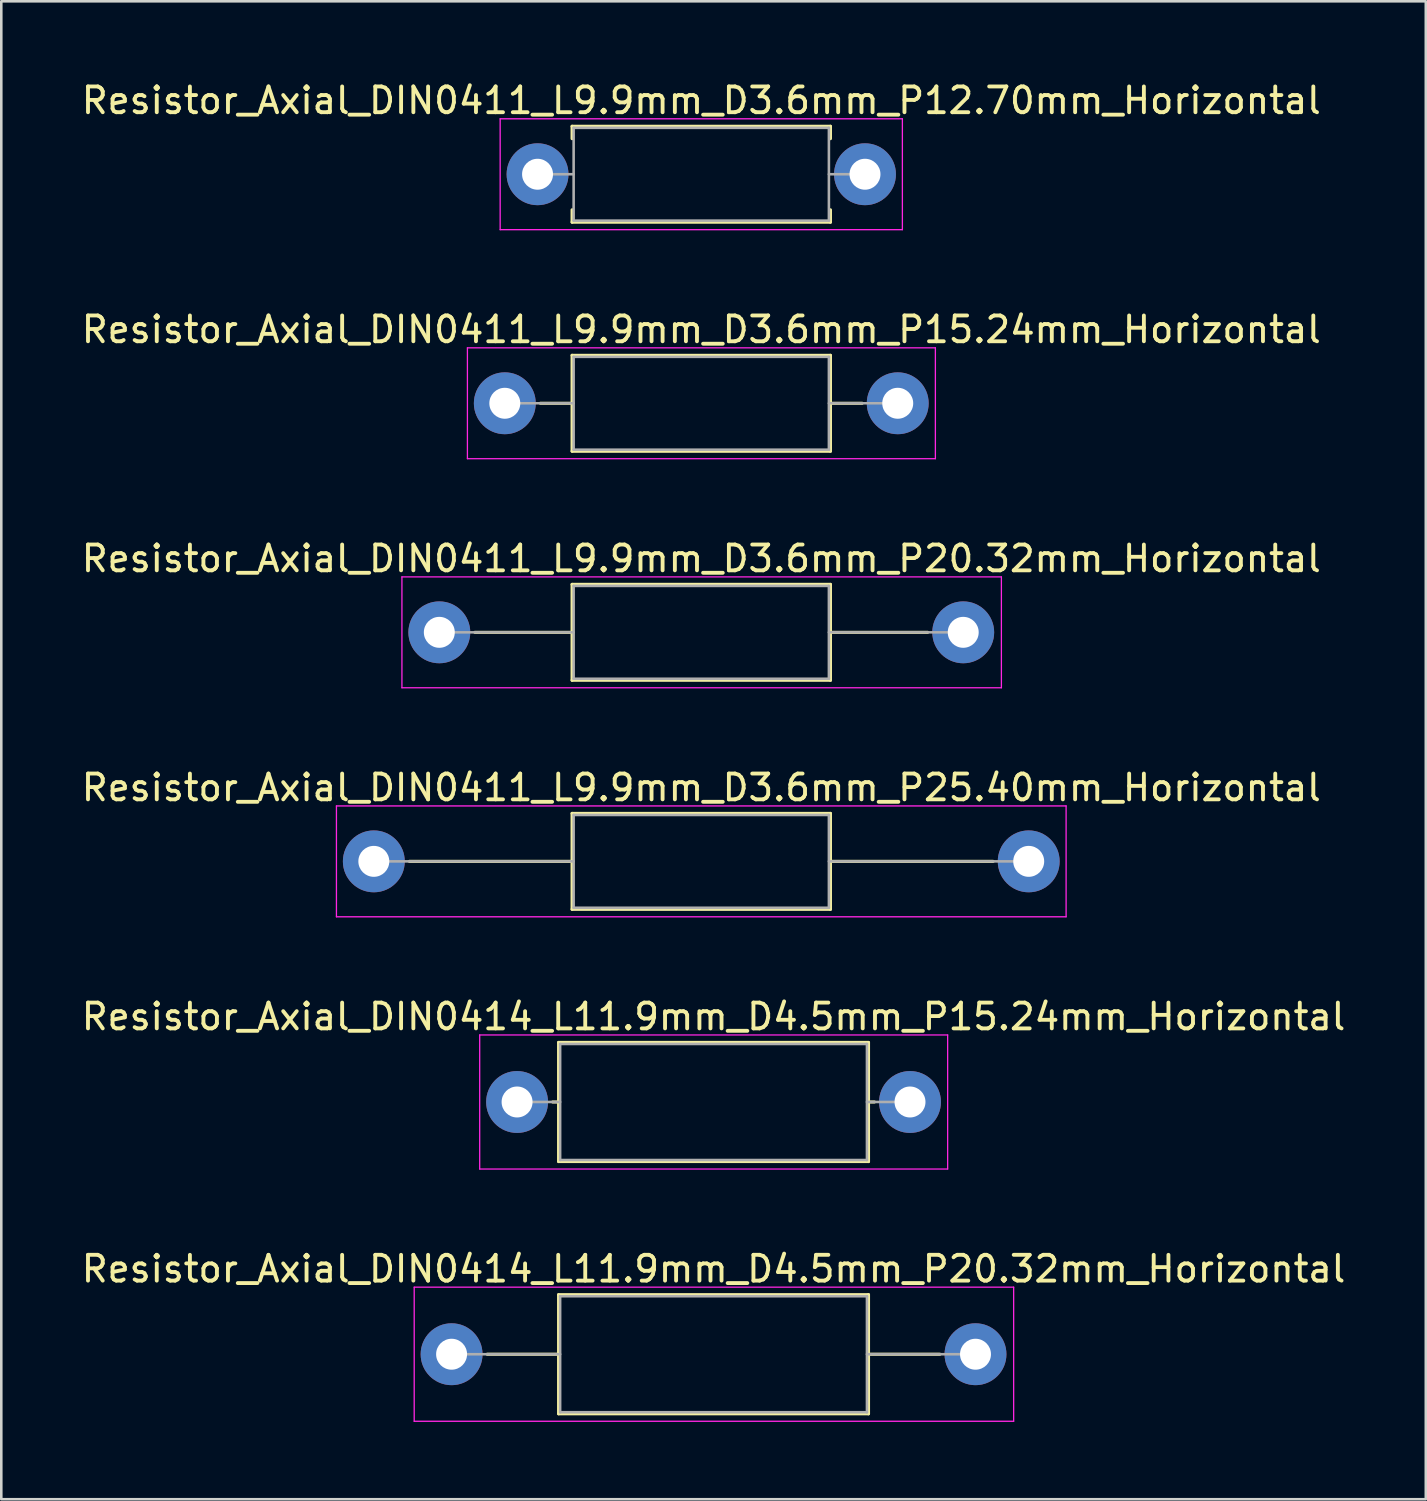
<source format=kicad_pcb>
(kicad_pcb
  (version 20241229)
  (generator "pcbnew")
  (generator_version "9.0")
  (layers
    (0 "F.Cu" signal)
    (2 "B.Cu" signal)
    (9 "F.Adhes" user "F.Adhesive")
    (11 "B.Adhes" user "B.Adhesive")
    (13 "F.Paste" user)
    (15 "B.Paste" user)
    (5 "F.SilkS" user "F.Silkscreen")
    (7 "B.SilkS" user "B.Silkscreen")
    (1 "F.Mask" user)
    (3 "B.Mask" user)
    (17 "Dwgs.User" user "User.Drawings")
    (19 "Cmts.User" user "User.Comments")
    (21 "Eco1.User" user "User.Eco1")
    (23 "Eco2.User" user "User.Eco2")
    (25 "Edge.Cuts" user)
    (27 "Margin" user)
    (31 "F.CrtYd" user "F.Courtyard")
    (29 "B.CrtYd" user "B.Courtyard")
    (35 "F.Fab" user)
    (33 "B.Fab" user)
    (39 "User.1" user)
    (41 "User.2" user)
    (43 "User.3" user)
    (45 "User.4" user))
  (footprint "Resistor_Axial_DIN0411_L9.9mm_D3.6mm_P15.24mm_Horizontal"
    (layer "F.Cu")
    (at 16.529 12.591)
    (property "Reference" "Resistor_Axial_DIN0411_L9.9mm_D3.6mm_P15.24mm_Horizontal" (at 7.62 -2.86 0) (layer "F.SilkS") (effects (font (size 1 1) (thickness 0.15))))
    (attr through_hole)
    (fp_line (start 1.38 0) (end 2.61 0) (stroke (width 0.12) (type solid)) (layer "F.SilkS"))
    (fp_line (start 2.61 -1.86) (end 2.61 1.86) (stroke (width 0.12) (type solid)) (layer "F.SilkS"))
    (fp_line (start 2.61 1.86) (end 12.63 1.86) (stroke (width 0.12) (type solid)) (layer "F.SilkS"))
    (fp_line (start 12.63 -1.86) (end 2.61 -1.86) (stroke (width 0.12) (type solid)) (layer "F.SilkS"))
    (fp_line (start 12.63 1.86) (end 12.63 -1.86) (stroke (width 0.12) (type solid)) (layer "F.SilkS"))
    (fp_line (start 13.86 0) (end 12.63 0) (stroke (width 0.12) (type solid)) (layer "F.SilkS"))
    (fp_line (start -1.45 -2.15) (end -1.45 2.15) (stroke (width 0.05) (type solid)) (layer "F.CrtYd"))
    (fp_line (start -1.45 2.15) (end 16.7 2.15) (stroke (width 0.05) (type solid)) (layer "F.CrtYd"))
    (fp_line (start 16.7 -2.15) (end -1.45 -2.15) (stroke (width 0.05) (type solid)) (layer "F.CrtYd"))
    (fp_line (start 16.7 2.15) (end 16.7 -2.15) (stroke (width 0.05) (type solid)) (layer "F.CrtYd"))
    (fp_line (start 0 0) (end 2.67 0) (stroke (width 0.1) (type solid)) (layer "F.Fab"))
    (fp_line (start 2.67 -1.8) (end 2.67 1.8) (stroke (width 0.1) (type solid)) (layer "F.Fab"))
    (fp_line (start 2.67 1.8) (end 12.57 1.8) (stroke (width 0.1) (type solid)) (layer "F.Fab"))
    (fp_line (start 12.57 -1.8) (end 2.67 -1.8) (stroke (width 0.1) (type solid)) (layer "F.Fab"))
    (fp_line (start 12.57 1.8) (end 12.57 -1.8) (stroke (width 0.1) (type solid)) (layer "F.Fab"))
    (fp_line (start 15.24 0) (end 12.57 0) (stroke (width 0.1) (type solid)) (layer "F.Fab"))
    (pad "1" thru_hole circle (at 0 0) (size 2.4 2.4) (drill 1.2) (layers "*.Cu" "*.Mask"))
    (pad "2" thru_hole oval (at 15.24 0) (size 2.4 2.4) (drill 1.2) (layers "*.Cu" "*.Mask")))
  (footprint "Resistor_Axial_DIN0411_L9.9mm_D3.6mm_P12.70mm_Horizontal"
    (layer "F.Cu")
    (at 17.799 3.708)
    (property "Reference" "Resistor_Axial_DIN0411_L9.9mm_D3.6mm_P12.70mm_Horizontal" (at 6.35 -2.86 0) (layer "F.SilkS") (effects (font (size 1 1) (thickness 0.15))))
    (attr through_hole)
    (fp_line (start 1.34 -1.86) (end 11.36 -1.86) (stroke (width 0.12) (type solid)) (layer "F.SilkS"))
    (fp_line (start 1.34 -1.38) (end 1.34 -1.86) (stroke (width 0.12) (type solid)) (layer "F.SilkS"))
    (fp_line (start 1.34 1.38) (end 1.34 1.86) (stroke (width 0.12) (type solid)) (layer "F.SilkS"))
    (fp_line (start 1.34 1.86) (end 11.36 1.86) (stroke (width 0.12) (type solid)) (layer "F.SilkS"))
    (fp_line (start 11.36 -1.86) (end 11.36 -1.38) (stroke (width 0.12) (type solid)) (layer "F.SilkS"))
    (fp_line (start 11.36 1.86) (end 11.36 1.38) (stroke (width 0.12) (type solid)) (layer "F.SilkS"))
    (fp_line (start -1.45 -2.15) (end -1.45 2.15) (stroke (width 0.05) (type solid)) (layer "F.CrtYd"))
    (fp_line (start -1.45 2.15) (end 14.15 2.15) (stroke (width 0.05) (type solid)) (layer "F.CrtYd"))
    (fp_line (start 14.15 -2.15) (end -1.45 -2.15) (stroke (width 0.05) (type solid)) (layer "F.CrtYd"))
    (fp_line (start 14.15 2.15) (end 14.15 -2.15) (stroke (width 0.05) (type solid)) (layer "F.CrtYd"))
    (fp_line (start 0 0) (end 1.4 0) (stroke (width 0.1) (type solid)) (layer "F.Fab"))
    (fp_line (start 1.4 -1.8) (end 1.4 1.8) (stroke (width 0.1) (type solid)) (layer "F.Fab"))
    (fp_line (start 1.4 1.8) (end 11.3 1.8) (stroke (width 0.1) (type solid)) (layer "F.Fab"))
    (fp_line (start 11.3 -1.8) (end 1.4 -1.8) (stroke (width 0.1) (type solid)) (layer "F.Fab"))
    (fp_line (start 11.3 1.8) (end 11.3 -1.8) (stroke (width 0.1) (type solid)) (layer "F.Fab"))
    (fp_line (start 12.7 0) (end 11.3 0) (stroke (width 0.1) (type solid)) (layer "F.Fab"))
    (pad "1" thru_hole circle (at 0 0) (size 2.4 2.4) (drill 1.2) (layers "*.Cu" "*.Mask"))
    (pad "2" thru_hole oval (at 12.7 0) (size 2.4 2.4) (drill 1.2) (layers "*.Cu" "*.Mask")))
  (footprint "Resistor_Axial_DIN0414_L11.9mm_D4.5mm_P15.24mm_Horizontal"
    (layer "F.Cu")
    (at 17.005 39.691)
    (property "Reference" "Resistor_Axial_DIN0414_L11.9mm_D4.5mm_P15.24mm_Horizontal" (at 7.62 -3.31 0) (layer "F.SilkS") (effects (font (size 1 1) (thickness 0.15))))
    (attr through_hole)
    (fp_line (start 1.38 0) (end 1.61 0) (stroke (width 0.12) (type solid)) (layer "F.SilkS"))
    (fp_line (start 1.61 -2.31) (end 1.61 2.31) (stroke (width 0.12) (type solid)) (layer "F.SilkS"))
    (fp_line (start 1.61 2.31) (end 13.63 2.31) (stroke (width 0.12) (type solid)) (layer "F.SilkS"))
    (fp_line (start 13.63 -2.31) (end 1.61 -2.31) (stroke (width 0.12) (type solid)) (layer "F.SilkS"))
    (fp_line (start 13.63 2.31) (end 13.63 -2.31) (stroke (width 0.12) (type solid)) (layer "F.SilkS"))
    (fp_line (start 13.86 0) (end 13.63 0) (stroke (width 0.12) (type solid)) (layer "F.SilkS"))
    (fp_line (start -1.45 -2.6) (end -1.45 2.6) (stroke (width 0.05) (type solid)) (layer "F.CrtYd"))
    (fp_line (start -1.45 2.6) (end 16.7 2.6) (stroke (width 0.05) (type solid)) (layer "F.CrtYd"))
    (fp_line (start 16.7 -2.6) (end -1.45 -2.6) (stroke (width 0.05) (type solid)) (layer "F.CrtYd"))
    (fp_line (start 16.7 2.6) (end 16.7 -2.6) (stroke (width 0.05) (type solid)) (layer "F.CrtYd"))
    (fp_line (start 0 0) (end 1.67 0) (stroke (width 0.1) (type solid)) (layer "F.Fab"))
    (fp_line (start 1.67 -2.25) (end 1.67 2.25) (stroke (width 0.1) (type solid)) (layer "F.Fab"))
    (fp_line (start 1.67 2.25) (end 13.57 2.25) (stroke (width 0.1) (type solid)) (layer "F.Fab"))
    (fp_line (start 13.57 -2.25) (end 1.67 -2.25) (stroke (width 0.1) (type solid)) (layer "F.Fab"))
    (fp_line (start 13.57 2.25) (end 13.57 -2.25) (stroke (width 0.1) (type solid)) (layer "F.Fab"))
    (fp_line (start 15.24 0) (end 13.57 0) (stroke (width 0.1) (type solid)) (layer "F.Fab"))
    (pad "1" thru_hole circle (at 0 0) (size 2.4 2.4) (drill 1.2) (layers "*.Cu" "*.Mask"))
    (pad "2" thru_hole oval (at 15.24 0) (size 2.4 2.4) (drill 1.2) (layers "*.Cu" "*.Mask")))
  (footprint "Resistor_Axial_DIN0411_L9.9mm_D3.6mm_P20.32mm_Horizontal"
    (layer "F.Cu")
    (at 13.989 21.475)
    (property "Reference" "Resistor_Axial_DIN0411_L9.9mm_D3.6mm_P20.32mm_Horizontal" (at 10.16 -2.86 0) (layer "F.SilkS") (effects (font (size 1 1) (thickness 0.15))))
    (attr through_hole)
    (fp_line (start 1.38 0) (end 5.15 0) (stroke (width 0.12) (type solid)) (layer "F.SilkS"))
    (fp_line (start 5.15 -1.86) (end 5.15 1.86) (stroke (width 0.12) (type solid)) (layer "F.SilkS"))
    (fp_line (start 5.15 1.86) (end 15.17 1.86) (stroke (width 0.12) (type solid)) (layer "F.SilkS"))
    (fp_line (start 15.17 -1.86) (end 5.15 -1.86) (stroke (width 0.12) (type solid)) (layer "F.SilkS"))
    (fp_line (start 15.17 1.86) (end 15.17 -1.86) (stroke (width 0.12) (type solid)) (layer "F.SilkS"))
    (fp_line (start 18.94 0) (end 15.17 0) (stroke (width 0.12) (type solid)) (layer "F.SilkS"))
    (fp_line (start -1.45 -2.15) (end -1.45 2.15) (stroke (width 0.05) (type solid)) (layer "F.CrtYd"))
    (fp_line (start -1.45 2.15) (end 21.8 2.15) (stroke (width 0.05) (type solid)) (layer "F.CrtYd"))
    (fp_line (start 21.8 -2.15) (end -1.45 -2.15) (stroke (width 0.05) (type solid)) (layer "F.CrtYd"))
    (fp_line (start 21.8 2.15) (end 21.8 -2.15) (stroke (width 0.05) (type solid)) (layer "F.CrtYd"))
    (fp_line (start 0 0) (end 5.21 0) (stroke (width 0.1) (type solid)) (layer "F.Fab"))
    (fp_line (start 5.21 -1.8) (end 5.21 1.8) (stroke (width 0.1) (type solid)) (layer "F.Fab"))
    (fp_line (start 5.21 1.8) (end 15.11 1.8) (stroke (width 0.1) (type solid)) (layer "F.Fab"))
    (fp_line (start 15.11 -1.8) (end 5.21 -1.8) (stroke (width 0.1) (type solid)) (layer "F.Fab"))
    (fp_line (start 15.11 1.8) (end 15.11 -1.8) (stroke (width 0.1) (type solid)) (layer "F.Fab"))
    (fp_line (start 20.32 0) (end 15.11 0) (stroke (width 0.1) (type solid)) (layer "F.Fab"))
    (pad "1" thru_hole circle (at 0 0) (size 2.4 2.4) (drill 1.2) (layers "*.Cu" "*.Mask"))
    (pad "2" thru_hole oval (at 20.32 0) (size 2.4 2.4) (drill 1.2) (layers "*.Cu" "*.Mask")))
  (footprint "Resistor_Axial_DIN0411_L9.9mm_D3.6mm_P25.40mm_Horizontal"
    (layer "F.Cu")
    (at 11.449 30.358)
    (property "Reference" "Resistor_Axial_DIN0411_L9.9mm_D3.6mm_P25.40mm_Horizontal" (at 12.7 -2.86 0) (layer "F.SilkS") (effects (font (size 1 1) (thickness 0.15))))
    (attr through_hole)
    (fp_line (start 1.38 0) (end 7.69 0) (stroke (width 0.12) (type solid)) (layer "F.SilkS"))
    (fp_line (start 7.69 -1.86) (end 7.69 1.86) (stroke (width 0.12) (type solid)) (layer "F.SilkS"))
    (fp_line (start 7.69 1.86) (end 17.71 1.86) (stroke (width 0.12) (type solid)) (layer "F.SilkS"))
    (fp_line (start 17.71 -1.86) (end 7.69 -1.86) (stroke (width 0.12) (type solid)) (layer "F.SilkS"))
    (fp_line (start 17.71 1.86) (end 17.71 -1.86) (stroke (width 0.12) (type solid)) (layer "F.SilkS"))
    (fp_line (start 24.02 0) (end 17.71 0) (stroke (width 0.12) (type solid)) (layer "F.SilkS"))
    (fp_line (start -1.45 -2.15) (end -1.45 2.15) (stroke (width 0.05) (type solid)) (layer "F.CrtYd"))
    (fp_line (start -1.45 2.15) (end 26.85 2.15) (stroke (width 0.05) (type solid)) (layer "F.CrtYd"))
    (fp_line (start 26.85 -2.15) (end -1.45 -2.15) (stroke (width 0.05) (type solid)) (layer "F.CrtYd"))
    (fp_line (start 26.85 2.15) (end 26.85 -2.15) (stroke (width 0.05) (type solid)) (layer "F.CrtYd"))
    (fp_line (start 0 0) (end 7.75 0) (stroke (width 0.1) (type solid)) (layer "F.Fab"))
    (fp_line (start 7.75 -1.8) (end 7.75 1.8) (stroke (width 0.1) (type solid)) (layer "F.Fab"))
    (fp_line (start 7.75 1.8) (end 17.65 1.8) (stroke (width 0.1) (type solid)) (layer "F.Fab"))
    (fp_line (start 17.65 -1.8) (end 7.75 -1.8) (stroke (width 0.1) (type solid)) (layer "F.Fab"))
    (fp_line (start 17.65 1.8) (end 17.65 -1.8) (stroke (width 0.1) (type solid)) (layer "F.Fab"))
    (fp_line (start 25.4 0) (end 17.65 0) (stroke (width 0.1) (type solid)) (layer "F.Fab"))
    (pad "1" thru_hole circle (at 0 0) (size 2.4 2.4) (drill 1.2) (layers "*.Cu" "*.Mask"))
    (pad "2" thru_hole oval (at 25.4 0) (size 2.4 2.4) (drill 1.2) (layers "*.Cu" "*.Mask")))
  (footprint "Resistor_Axial_DIN0414_L11.9mm_D4.5mm_P20.32mm_Horizontal"
    (layer "F.Cu")
    (at 14.465 49.474)
    (property "Reference" "Resistor_Axial_DIN0414_L11.9mm_D4.5mm_P20.32mm_Horizontal" (at 10.16 -3.31 0) (layer "F.SilkS") (effects (font (size 1 1) (thickness 0.15))))
    (attr through_hole)
    (fp_line (start 1.38 0) (end 4.15 0) (stroke (width 0.12) (type solid)) (layer "F.SilkS"))
    (fp_line (start 4.15 -2.31) (end 4.15 2.31) (stroke (width 0.12) (type solid)) (layer "F.SilkS"))
    (fp_line (start 4.15 2.31) (end 16.17 2.31) (stroke (width 0.12) (type solid)) (layer "F.SilkS"))
    (fp_line (start 16.17 -2.31) (end 4.15 -2.31) (stroke (width 0.12) (type solid)) (layer "F.SilkS"))
    (fp_line (start 16.17 2.31) (end 16.17 -2.31) (stroke (width 0.12) (type solid)) (layer "F.SilkS"))
    (fp_line (start 18.94 0) (end 16.17 0) (stroke (width 0.12) (type solid)) (layer "F.SilkS"))
    (fp_line (start -1.45 -2.6) (end -1.45 2.6) (stroke (width 0.05) (type solid)) (layer "F.CrtYd"))
    (fp_line (start -1.45 2.6) (end 21.8 2.6) (stroke (width 0.05) (type solid)) (layer "F.CrtYd"))
    (fp_line (start 21.8 -2.6) (end -1.45 -2.6) (stroke (width 0.05) (type solid)) (layer "F.CrtYd"))
    (fp_line (start 21.8 2.6) (end 21.8 -2.6) (stroke (width 0.05) (type solid)) (layer "F.CrtYd"))
    (fp_line (start 0 0) (end 4.21 0) (stroke (width 0.1) (type solid)) (layer "F.Fab"))
    (fp_line (start 4.21 -2.25) (end 4.21 2.25) (stroke (width 0.1) (type solid)) (layer "F.Fab"))
    (fp_line (start 4.21 2.25) (end 16.11 2.25) (stroke (width 0.1) (type solid)) (layer "F.Fab"))
    (fp_line (start 16.11 -2.25) (end 4.21 -2.25) (stroke (width 0.1) (type solid)) (layer "F.Fab"))
    (fp_line (start 16.11 2.25) (end 16.11 -2.25) (stroke (width 0.1) (type solid)) (layer "F.Fab"))
    (fp_line (start 20.32 0) (end 16.11 0) (stroke (width 0.1) (type solid)) (layer "F.Fab"))
    (pad "1" thru_hole circle (at 0 0) (size 2.4 2.4) (drill 1.2) (layers "*.Cu" "*.Mask"))
    (pad "2" thru_hole oval (at 20.32 0) (size 2.4 2.4) (drill 1.2) (layers "*.Cu" "*.Mask")))
  (gr_rect
    (start -3 -3)
    (end 52.25 55.099)
    (stroke (width 0.1) (type default))
    (fill no)
    (layer "Edge.Cuts")))
</source>
